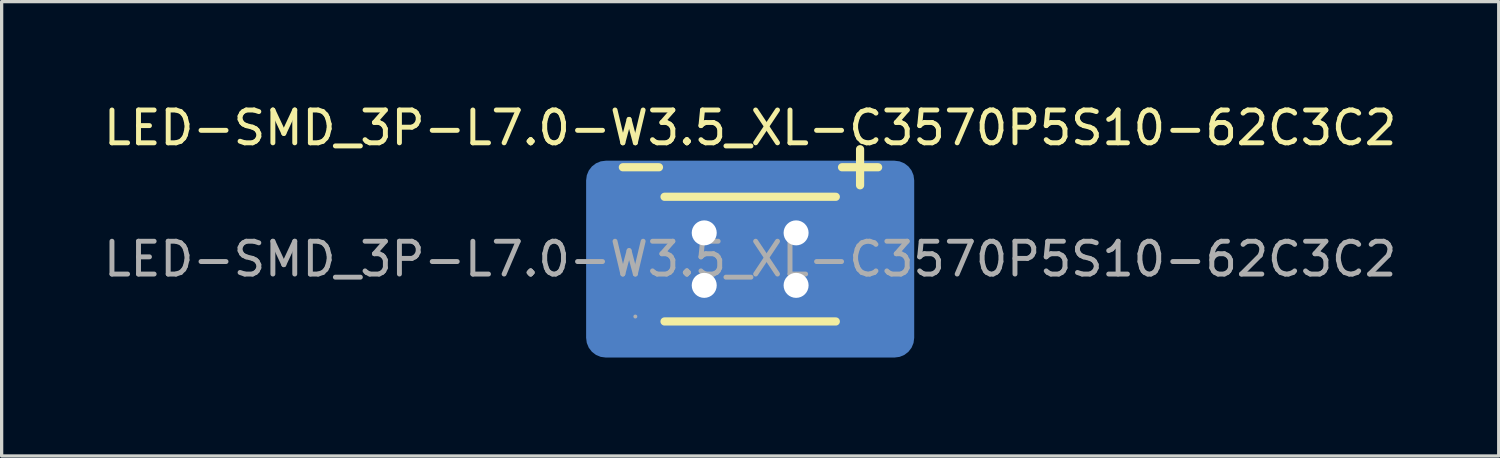
<source format=kicad_pcb>
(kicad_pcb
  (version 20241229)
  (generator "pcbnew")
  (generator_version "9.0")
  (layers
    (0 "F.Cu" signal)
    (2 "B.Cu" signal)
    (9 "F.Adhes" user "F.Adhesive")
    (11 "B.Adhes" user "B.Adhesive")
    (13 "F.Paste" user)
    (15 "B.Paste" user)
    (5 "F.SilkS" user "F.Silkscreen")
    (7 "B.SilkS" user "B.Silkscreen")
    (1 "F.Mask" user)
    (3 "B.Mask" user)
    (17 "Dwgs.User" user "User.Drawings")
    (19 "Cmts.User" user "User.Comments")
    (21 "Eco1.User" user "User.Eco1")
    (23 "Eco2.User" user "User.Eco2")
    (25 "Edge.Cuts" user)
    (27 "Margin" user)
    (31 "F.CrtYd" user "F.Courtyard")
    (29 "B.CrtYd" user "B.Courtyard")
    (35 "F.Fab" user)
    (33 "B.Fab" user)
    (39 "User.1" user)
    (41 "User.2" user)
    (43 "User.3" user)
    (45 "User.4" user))
  (footprint "LED-SMD_3P-L7.0-W3.5_XL-C3570P5S10-62C3C2"
    (layer "F.Cu")
    (at 19.815 4.848)
    (property "Reference" "LED-SMD_3P-L7.0-W3.5_XL-C3570P5S10-62C3C2" (at 0 -4 0) (layer "F.SilkS") (effects (font (size 1 1) (thickness 0.15))))
    (attr smd)
    (fp_line (start -3.88 -2.8) (end -2.78 -2.8) (stroke (width 0.25) (type solid)) (layer "F.SilkS"))
    (fp_line (start -2.61 -1.9) (end 2.61 -1.9) (stroke (width 0.25) (type solid)) (layer "F.SilkS"))
    (fp_line (start -2.61 1.9) (end 2.61 1.9) (stroke (width 0.25) (type solid)) (layer "F.SilkS"))
    (fp_line (start 2.8 -2.8) (end 3.9 -2.8) (stroke (width 0.25) (type solid)) (layer "F.SilkS"))
    (fp_line (start 3.35 -2.25) (end 3.35 -3.35) (stroke (width 0.25) (type solid)) (layer "F.SilkS"))
    (fp_circle (center -3.5 1.75) (end -3.47 1.75) (stroke (width 0.06) (type solid)) (fill no) (layer "F.Fab"))
    (fp_text user "${REFERENCE}" (at 0 0 0) (layer "F.Fab") (effects (font (size 1 1) (thickness 0.15))))
    (pad "1" smd rect (at -3.34 0) (size 1 3.8) (layers "F.Cu" "F.Mask" "F.Paste"))
    (pad "2" thru_hole circle (at -1.4 -0.8) (size 1.5 1.5) (drill 0.762) (layers "*.Cu" "*.Mask"))
    (pad "2" thru_hole circle (at -1.4 0.8) (size 1.5 1.5) (drill 0.762) (layers "*.Cu" "*.Mask"))
    (pad "2" smd custom (at 0 0) (size 1 1) (layers "F.Cu" "F.Mask" "F.Paste") (options (anchor circle)) (primitives (gr_poly (pts (xy -2.5 -1.7) (xy 2.5 -1.7) (xy 2.5 1.7) (xy -2.5 1.7) (xy -2.5 0.2) (xy -2.3 0) (xy -2.5 -0.2)) (width 0.1) (fill yes))))
    (pad "2" smd roundrect (at 0 0) (size 10 6) (layers "B.Cu" "B.Mask" "B.Paste") (roundrect_rratio 0.1))
    (pad "2" thru_hole circle (at 1.4 -0.8) (size 1.5 1.5) (drill 0.762) (layers "*.Cu" "*.Mask"))
    (pad "2" thru_hole circle (at 1.4 0.8) (size 1.5 1.5) (drill 0.762) (layers "*.Cu" "*.Mask"))
    (pad "3" smd rect (at 3.34 0) (size 1 3.8) (layers "F.Cu" "F.Mask" "F.Paste")))
  (gr_rect
    (start -3 -3)
    (end 42.631 10.848)
    (stroke (width 0.1) (type default))
    (fill no)
    (layer "Edge.Cuts")))
</source>
